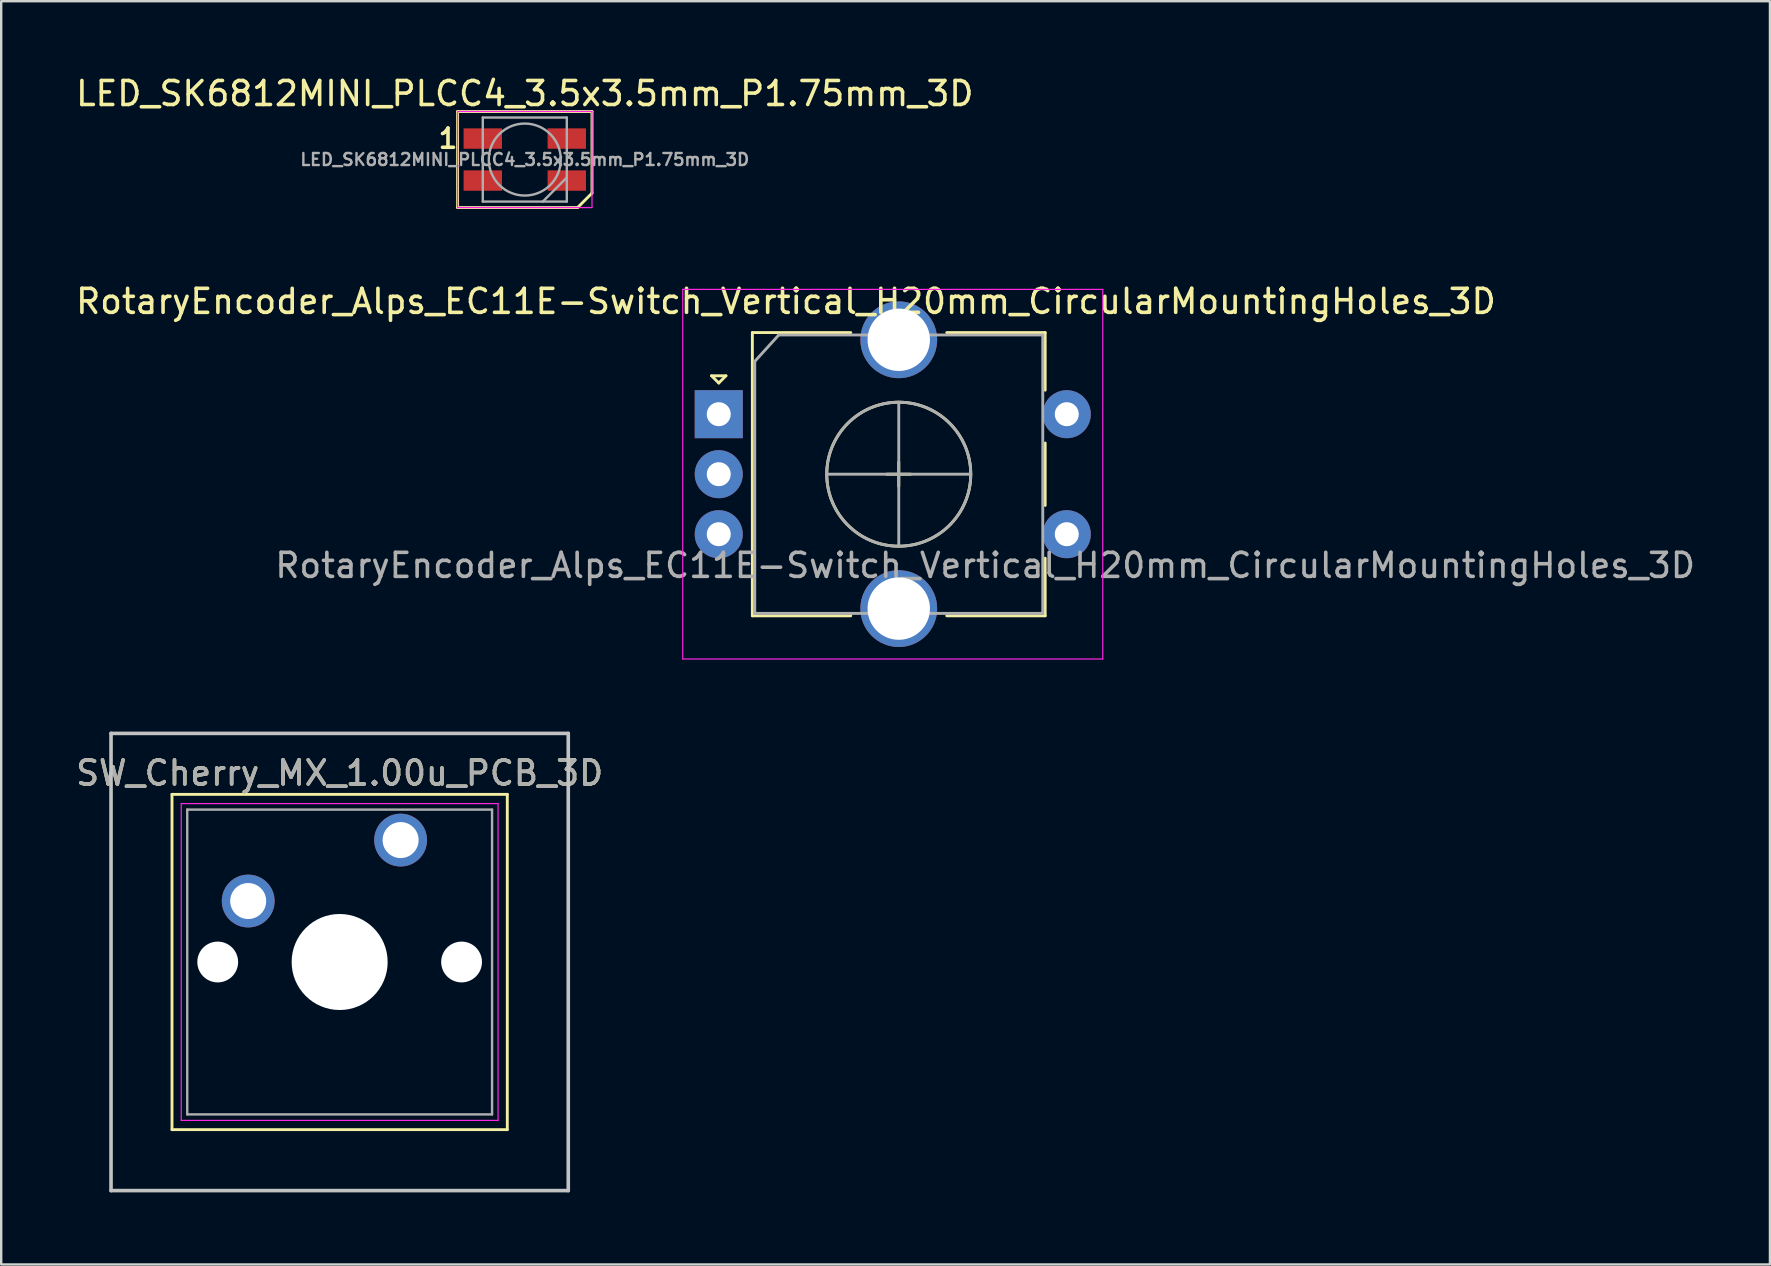
<source format=kicad_pcb>
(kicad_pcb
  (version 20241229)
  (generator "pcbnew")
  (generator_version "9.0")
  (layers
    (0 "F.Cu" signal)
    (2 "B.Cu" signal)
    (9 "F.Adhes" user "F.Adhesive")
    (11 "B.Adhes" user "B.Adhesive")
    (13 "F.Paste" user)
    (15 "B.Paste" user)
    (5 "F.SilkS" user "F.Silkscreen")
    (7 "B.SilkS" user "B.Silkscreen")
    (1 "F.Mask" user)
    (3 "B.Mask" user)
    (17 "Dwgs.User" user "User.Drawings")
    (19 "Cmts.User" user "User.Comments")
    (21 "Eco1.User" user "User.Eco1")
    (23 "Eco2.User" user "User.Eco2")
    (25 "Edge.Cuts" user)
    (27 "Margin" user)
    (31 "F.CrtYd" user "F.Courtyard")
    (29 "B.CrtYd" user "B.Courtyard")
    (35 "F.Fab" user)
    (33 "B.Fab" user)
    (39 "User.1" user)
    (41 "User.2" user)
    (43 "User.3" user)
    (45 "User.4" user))
  (footprint "RotaryEncoder_Alps_EC11E-Switch_Vertical_H20mm_CircularMountingHoles_3D"
    (layer "F.Cu")
    (at 26.896 14.207)
    (property "Reference" "RotaryEncoder_Alps_EC11E-Switch_Vertical_H20mm_CircularMountingHoles_3D" (at 2.8 -4.7 0) (layer "F.SilkS") (effects (font (size 1 1) (thickness 0.15))))
    (attr through_hole)
    (fp_line (start -0.3 -1.6) (end 0.3 -1.6) (stroke (width 0.12) (type solid)) (layer "F.SilkS"))
    (fp_line (start 0 -1.3) (end -0.3 -1.6) (stroke (width 0.12) (type solid)) (layer "F.SilkS"))
    (fp_line (start 0.3 -1.6) (end 0 -1.3) (stroke (width 0.12) (type solid)) (layer "F.SilkS"))
    (fp_line (start 1.4 -3.4) (end 1.4 8.4) (stroke (width 0.12) (type solid)) (layer "F.SilkS"))
    (fp_line (start 5.5 -3.4) (end 1.4 -3.4) (stroke (width 0.12) (type solid)) (layer "F.SilkS"))
    (fp_line (start 5.5 8.4) (end 1.4 8.4) (stroke (width 0.12) (type solid)) (layer "F.SilkS"))
    (fp_line (start 7 2.5) (end 8 2.5) (stroke (width 0.12) (type solid)) (layer "F.SilkS"))
    (fp_line (start 7.5 2) (end 7.5 3) (stroke (width 0.12) (type solid)) (layer "F.SilkS"))
    (fp_line (start 9.5 -3.4) (end 13.6 -3.4) (stroke (width 0.12) (type solid)) (layer "F.SilkS"))
    (fp_line (start 13.6 -3.4) (end 13.6 -1) (stroke (width 0.12) (type solid)) (layer "F.SilkS"))
    (fp_line (start 13.6 1.2) (end 13.6 3.8) (stroke (width 0.12) (type solid)) (layer "F.SilkS"))
    (fp_line (start 13.6 6) (end 13.6 8.4) (stroke (width 0.12) (type solid)) (layer "F.SilkS"))
    (fp_line (start 13.6 8.4) (end 9.5 8.4) (stroke (width 0.12) (type solid)) (layer "F.SilkS"))
    (fp_circle (center 7.5 2.5) (end 10.5 2.5) (stroke (width 0.12) (type solid)) (fill no) (layer "F.SilkS"))
    (fp_line (start -1.5 -5.2) (end -1.5 10.2) (stroke (width 0.05) (type solid)) (layer "F.CrtYd"))
    (fp_line (start -1.5 -5.2) (end 16 -5.2) (stroke (width 0.05) (type solid)) (layer "F.CrtYd"))
    (fp_line (start 16 10.2) (end -1.5 10.2) (stroke (width 0.05) (type solid)) (layer "F.CrtYd"))
    (fp_line (start 16 10.2) (end 16 -5.2) (stroke (width 0.05) (type solid)) (layer "F.CrtYd"))
    (fp_line (start 1.5 -2.2) (end 2.5 -3.3) (stroke (width 0.12) (type solid)) (layer "F.Fab"))
    (fp_line (start 1.5 8.3) (end 1.5 -2.2) (stroke (width 0.12) (type solid)) (layer "F.Fab"))
    (fp_line (start 2.5 -3.3) (end 13.5 -3.3) (stroke (width 0.12) (type solid)) (layer "F.Fab"))
    (fp_line (start 4.5 2.5) (end 10.5 2.5) (stroke (width 0.12) (type solid)) (layer "F.Fab"))
    (fp_line (start 7.5 -0.5) (end 7.5 5.5) (stroke (width 0.12) (type solid)) (layer "F.Fab"))
    (fp_line (start 13.5 -3.3) (end 13.5 8.3) (stroke (width 0.12) (type solid)) (layer "F.Fab"))
    (fp_line (start 13.5 8.3) (end 1.5 8.3) (stroke (width 0.12) (type solid)) (layer "F.Fab"))
    (fp_circle (center 7.5 2.5) (end 10.5 2.5) (stroke (width 0.12) (type solid)) (fill no) (layer "F.Fab"))
    (fp_text user "${REFERENCE}" (at 11.1 6.3 0) (layer "F.Fab") (effects (font (size 1 1) (thickness 0.15))))
    (pad "A" thru_hole rect (at 0 0) (size 2 2) (drill 1) (layers "*.Cu" "*.Mask"))
    (pad "B" thru_hole circle (at 0 5) (size 2 2) (drill 1) (layers "*.Cu" "*.Mask"))
    (pad "C" thru_hole circle (at 0 2.5) (size 2 2) (drill 1) (layers "*.Cu" "*.Mask"))
    (pad "MP" thru_hole circle (at 7.5 -3.1) (size 3.2 3.2) (drill 2.6) (layers "*.Cu" "*.Mask"))
    (pad "MP" thru_hole circle (at 7.5 8.1) (size 3.2 3.2) (drill 2.6) (layers "*.Cu" "*.Mask"))
    (pad "S1" thru_hole circle (at 14.5 5) (size 2 2) (drill 1) (layers "*.Cu" "*.Mask"))
    (pad "S2" thru_hole circle (at 14.5 0) (size 2 2) (drill 1) (layers "*.Cu" "*.Mask")))
  (footprint "LED_SK6812MINI_PLCC4_3.5x3.5mm_P1.75mm_3D"
    (layer "F.Cu")
    (at 18.815 3.598)
    (property "Reference" "LED_SK6812MINI_PLCC4_3.5x3.5mm_P1.75mm_3D" (at 0 -2.75 0) (layer "F.SilkS") (effects (font (size 1 1) (thickness 0.15))))
    (attr smd)
    (fp_line (start -2.8 -2) (end -2.8 2) (stroke (width 0.12) (type default)) (layer "F.SilkS"))
    (fp_line (start -2.8 -2) (end 2.8 -2) (stroke (width 0.12) (type solid)) (layer "F.SilkS"))
    (fp_line (start -2.8 2) (end 2.2 2) (stroke (width 0.12) (type solid)) (layer "F.SilkS"))
    (fp_line (start 2.8 1.4) (end 2.2 2) (stroke (width 0.12) (type default)) (layer "F.SilkS"))
    (fp_line (start 2.8 1.4) (end 2.8 -2) (stroke (width 0.12) (type solid)) (layer "F.SilkS"))
    (fp_line (start -2.8 -2) (end -2.8 2) (stroke (width 0.05) (type solid)) (layer "F.CrtYd"))
    (fp_line (start -2.8 2) (end 2.8 2) (stroke (width 0.05) (type solid)) (layer "F.CrtYd"))
    (fp_line (start 2.8 -2) (end -2.8 -2) (stroke (width 0.05) (type solid)) (layer "F.CrtYd"))
    (fp_line (start 2.8 2) (end 2.8 -2) (stroke (width 0.05) (type solid)) (layer "F.CrtYd"))
    (fp_line (start -1.75 -1.75) (end -1.75 1.75) (stroke (width 0.1) (type solid)) (layer "F.Fab"))
    (fp_line (start -1.75 1.75) (end 1.75 1.75) (stroke (width 0.1) (type solid)) (layer "F.Fab"))
    (fp_line (start 1.75 -1.75) (end -1.75 -1.75) (stroke (width 0.1) (type solid)) (layer "F.Fab"))
    (fp_line (start 1.75 0.75) (end 0.75 1.75) (stroke (width 0.1) (type solid)) (layer "F.Fab"))
    (fp_line (start 1.75 1.75) (end 1.75 -1.75) (stroke (width 0.1) (type solid)) (layer "F.Fab"))
    (fp_circle (center 0 0) (end 0 -1.5) (stroke (width 0.1) (type solid)) (fill no) (layer "F.Fab"))
    (fp_text user "1" (at -3.2 -0.875 0) (unlocked yes) (layer "F.SilkS") (effects (font (size 0.8 0.8) (thickness 0.15))))
    (fp_text user "${REFERENCE}" (at 0 0 0) (layer "F.Fab") (effects (font (size 0.5 0.5) (thickness 0.1))))
    (pad "1" smd rect (at -1.75 -0.875) (size 1.6 0.85) (layers "F.Cu" "F.Mask" "F.Paste"))
    (pad "2" smd rect (at -1.75 0.875) (size 1.6 0.85) (layers "F.Cu" "F.Mask" "F.Paste"))
    (pad "3" smd rect (at 1.75 0.875) (size 1.6 0.85) (layers "F.Cu" "F.Mask" "F.Paste"))
    (pad "4" smd rect (at 1.75 -0.875) (size 1.6 0.85) (layers "F.Cu" "F.Mask" "F.Paste")))
  (footprint "SW_Cherry_MX_1.00u_PCB_3D"
    (layer "F.Cu")
    (at 13.641 31.951)
    (property "Reference" "SW_Cherry_MX_1.00u_PCB_3D" (at -2.54 -2.794 0) (layer "F.SilkS") (effects (font (size 1 1) (thickness 0.15))))
    (attr through_hole)
    (fp_line (start -9.525 -1.905) (end 4.445 -1.905) (stroke (width 0.12) (type solid)) (layer "F.SilkS"))
    (fp_line (start -9.525 12.065) (end -9.525 -1.905) (stroke (width 0.12) (type solid)) (layer "F.SilkS"))
    (fp_line (start 4.445 -1.905) (end 4.445 12.065) (stroke (width 0.12) (type solid)) (layer "F.SilkS"))
    (fp_line (start 4.445 12.065) (end -9.525 12.065) (stroke (width 0.12) (type solid)) (layer "F.SilkS"))
    (fp_line (start -12.065 -4.445) (end 6.985 -4.445) (stroke (width 0.15) (type solid)) (layer "Dwgs.User"))
    (fp_line (start -12.065 14.605) (end -12.065 -4.445) (stroke (width 0.15) (type solid)) (layer "Dwgs.User"))
    (fp_line (start 6.985 -4.445) (end 6.985 14.605) (stroke (width 0.15) (type solid)) (layer "Dwgs.User"))
    (fp_line (start 6.985 14.605) (end -12.065 14.605) (stroke (width 0.15) (type solid)) (layer "Dwgs.User"))
    (fp_line (start -9.14 -1.52) (end 4.06 -1.52) (stroke (width 0.05) (type solid)) (layer "F.CrtYd"))
    (fp_line (start -9.14 11.68) (end -9.14 -1.52) (stroke (width 0.05) (type solid)) (layer "F.CrtYd"))
    (fp_line (start 4.06 -1.52) (end 4.06 11.68) (stroke (width 0.05) (type solid)) (layer "F.CrtYd"))
    (fp_line (start 4.06 11.68) (end -9.14 11.68) (stroke (width 0.05) (type solid)) (layer "F.CrtYd"))
    (fp_line (start -8.89 -1.27) (end 3.81 -1.27) (stroke (width 0.1) (type solid)) (layer "F.Fab"))
    (fp_line (start -8.89 11.43) (end -8.89 -1.27) (stroke (width 0.1) (type solid)) (layer "F.Fab"))
    (fp_line (start 3.81 -1.27) (end 3.81 11.43) (stroke (width 0.1) (type solid)) (layer "F.Fab"))
    (fp_line (start 3.81 11.43) (end -8.89 11.43) (stroke (width 0.1) (type solid)) (layer "F.Fab"))
    (fp_text user "${REFERENCE}" (at -2.54 -2.794 0) (layer "F.Fab") (effects (font (size 1 1) (thickness 0.15))))
    (pad "" np_thru_hole circle (at -7.62 5.08) (size 1.7 1.7) (drill 1.7) (layers "*.Cu" "*.Mask"))
    (pad "" np_thru_hole circle (at -2.54 5.08) (size 4 4) (drill 4) (layers "*.Cu" "*.Mask"))
    (pad "" np_thru_hole circle (at 2.54 5.08) (size 1.7 1.7) (drill 1.7) (layers "*.Cu" "*.Mask"))
    (pad "1" thru_hole circle (at 0 0) (size 2.2 2.2) (drill 1.5) (layers "*.Cu" "*.Mask"))
    (pad "2" thru_hole circle (at -6.35 2.54) (size 2.2 2.2) (drill 1.5) (layers "*.Cu" "*.Mask")))
  (gr_rect
    (start -3 -3)
    (end 70.693 49.632)
    (stroke (width 0.1) (type default))
    (fill no)
    (layer "Edge.Cuts")))
</source>
